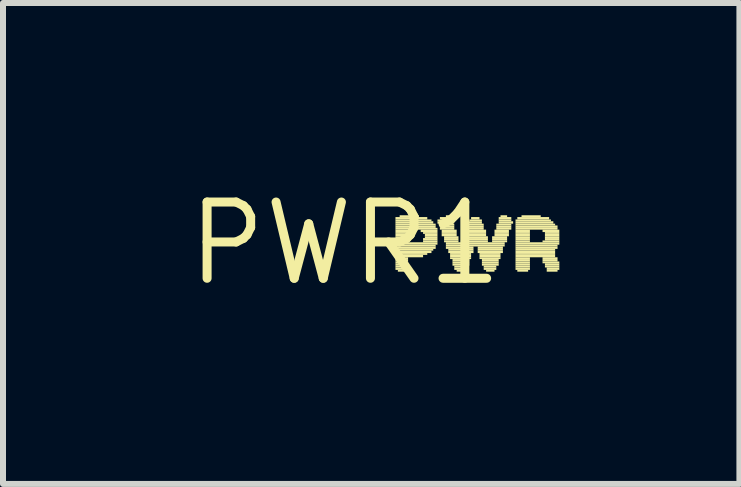
<source format=kicad_pcb>
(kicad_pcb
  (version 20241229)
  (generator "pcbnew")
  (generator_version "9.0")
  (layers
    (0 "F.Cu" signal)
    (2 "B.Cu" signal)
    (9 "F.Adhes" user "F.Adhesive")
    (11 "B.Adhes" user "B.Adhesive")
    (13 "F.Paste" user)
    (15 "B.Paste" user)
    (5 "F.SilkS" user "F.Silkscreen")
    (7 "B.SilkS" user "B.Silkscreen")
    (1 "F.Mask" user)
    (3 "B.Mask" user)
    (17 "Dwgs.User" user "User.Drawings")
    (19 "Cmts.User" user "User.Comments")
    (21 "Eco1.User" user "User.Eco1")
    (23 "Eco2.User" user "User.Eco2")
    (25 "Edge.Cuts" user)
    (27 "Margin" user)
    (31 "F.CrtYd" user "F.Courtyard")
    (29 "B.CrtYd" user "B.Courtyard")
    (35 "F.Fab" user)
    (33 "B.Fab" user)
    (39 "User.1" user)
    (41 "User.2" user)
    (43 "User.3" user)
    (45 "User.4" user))
  (footprint "PWR1"
    (layer "F.Cu")
    (at 2.698 1.006)
    (property "Reference" "PWR1" (at 0 0 0) (layer "F.SilkS") (effects (font (size 1.27 1.27) (thickness 0.15))))
    (fp_poly (pts (xy 0.84 -0.4) (xy 1.37 -0.4) (xy 1.37 -0.44) (xy 0.84 -0.44)) (stroke (width 0) (type solid)) (fill yes) (layer "F.SilkS"))
    (fp_poly (pts (xy 0.84 -0.37) (xy 1.44 -0.37) (xy 1.44 -0.4) (xy 0.84 -0.4)) (stroke (width 0) (type solid)) (fill yes) (layer "F.SilkS"))
    (fp_poly (pts (xy 0.84 -0.33) (xy 1.47 -0.33) (xy 1.47 -0.37) (xy 0.84 -0.37)) (stroke (width 0) (type solid)) (fill yes) (layer "F.SilkS"))
    (fp_poly (pts (xy 0.84 -0.3) (xy 1.51 -0.3) (xy 1.51 -0.33) (xy 0.84 -0.33)) (stroke (width 0) (type solid)) (fill yes) (layer "F.SilkS"))
    (fp_poly (pts (xy 0.84 -0.26) (xy 1.51 -0.26) (xy 1.51 -0.3) (xy 0.84 -0.3)) (stroke (width 0) (type solid)) (fill yes) (layer "F.SilkS"))
    (fp_poly (pts (xy 0.84 -0.23) (xy 1.54 -0.23) (xy 1.54 -0.26) (xy 0.84 -0.26)) (stroke (width 0) (type solid)) (fill yes) (layer "F.SilkS"))
    (fp_poly (pts (xy 0.84 -0.19) (xy 1.05 -0.19) (xy 1.05 -0.23) (xy 0.84 -0.23)) (stroke (width 0) (type solid)) (fill yes) (layer "F.SilkS"))
    (fp_poly (pts (xy 0.84 -0.16) (xy 1.05 -0.16) (xy 1.05 -0.19) (xy 0.84 -0.19)) (stroke (width 0) (type solid)) (fill yes) (layer "F.SilkS"))
    (fp_poly (pts (xy 0.84 -0.12) (xy 1.05 -0.12) (xy 1.05 -0.16) (xy 0.84 -0.16)) (stroke (width 0) (type solid)) (fill yes) (layer "F.SilkS"))
    (fp_poly (pts (xy 0.84 -0.09) (xy 1.05 -0.09) (xy 1.05 -0.12) (xy 0.84 -0.12)) (stroke (width 0) (type solid)) (fill yes) (layer "F.SilkS"))
    (fp_poly (pts (xy 0.84 -0.05) (xy 1.05 -0.05) (xy 1.05 -0.09) (xy 0.84 -0.09)) (stroke (width 0) (type solid)) (fill yes) (layer "F.SilkS"))
    (fp_poly (pts (xy 0.84 -0.02) (xy 1.05 -0.02) (xy 1.05 -0.05) (xy 0.84 -0.05)) (stroke (width 0) (type solid)) (fill yes) (layer "F.SilkS"))
    (fp_poly (pts (xy 0.84 0.02) (xy 1.54 0.02) (xy 1.54 -0.02) (xy 0.84 -0.02)) (stroke (width 0) (type solid)) (fill yes) (layer "F.SilkS"))
    (fp_poly (pts (xy 0.84 0.05) (xy 1.51 0.05) (xy 1.51 0.02) (xy 0.84 0.02)) (stroke (width 0) (type solid)) (fill yes) (layer "F.SilkS"))
    (fp_poly (pts (xy 0.84 0.09) (xy 1.51 0.09) (xy 1.51 0.05) (xy 0.84 0.05)) (stroke (width 0) (type solid)) (fill yes) (layer "F.SilkS"))
    (fp_poly (pts (xy 0.84 0.12) (xy 1.47 0.12) (xy 1.47 0.09) (xy 0.84 0.09)) (stroke (width 0) (type solid)) (fill yes) (layer "F.SilkS"))
    (fp_poly (pts (xy 0.84 0.16) (xy 1.44 0.16) (xy 1.44 0.12) (xy 0.84 0.12)) (stroke (width 0) (type solid)) (fill yes) (layer "F.SilkS"))
    (fp_poly (pts (xy 0.84 0.19) (xy 1.37 0.19) (xy 1.37 0.16) (xy 0.84 0.16)) (stroke (width 0) (type solid)) (fill yes) (layer "F.SilkS"))
    (fp_poly (pts (xy 0.84 0.23) (xy 1.3 0.23) (xy 1.3 0.19) (xy 0.84 0.19)) (stroke (width 0) (type solid)) (fill yes) (layer "F.SilkS"))
    (fp_poly (pts (xy 0.84 0.26) (xy 1.05 0.26) (xy 1.05 0.23) (xy 0.84 0.23)) (stroke (width 0) (type solid)) (fill yes) (layer "F.SilkS"))
    (fp_poly (pts (xy 0.84 0.3) (xy 1.05 0.3) (xy 1.05 0.26) (xy 0.84 0.26)) (stroke (width 0) (type solid)) (fill yes) (layer "F.SilkS"))
    (fp_poly (pts (xy 0.84 0.33) (xy 1.05 0.33) (xy 1.05 0.3) (xy 0.84 0.3)) (stroke (width 0) (type solid)) (fill yes) (layer "F.SilkS"))
    (fp_poly (pts (xy 0.84 0.37) (xy 1.05 0.37) (xy 1.05 0.33) (xy 0.84 0.33)) (stroke (width 0) (type solid)) (fill yes) (layer "F.SilkS"))
    (fp_poly (pts (xy 0.84 0.4) (xy 1.05 0.4) (xy 1.05 0.37) (xy 0.84 0.37)) (stroke (width 0) (type solid)) (fill yes) (layer "F.SilkS"))
    (fp_poly (pts (xy 0.84 0.44) (xy 1.05 0.44) (xy 1.05 0.4) (xy 0.84 0.4)) (stroke (width 0) (type solid)) (fill yes) (layer "F.SilkS"))
    (fp_poly (pts (xy 0.88 0.47) (xy 1.02 0.47) (xy 1.02 0.44) (xy 0.88 0.44)) (stroke (width 0) (type solid)) (fill yes) (layer "F.SilkS"))
    (fp_poly (pts (xy 0.91 -0.44) (xy 1.23 -0.44) (xy 1.23 -0.47) (xy 0.91 -0.47)) (stroke (width 0) (type solid)) (fill yes) (layer "F.SilkS"))
    (fp_poly (pts (xy 1.26 -0.19) (xy 1.54 -0.19) (xy 1.54 -0.23) (xy 1.26 -0.23)) (stroke (width 0) (type solid)) (fill yes) (layer "F.SilkS"))
    (fp_poly (pts (xy 1.3 -0.16) (xy 1.54 -0.16) (xy 1.54 -0.19) (xy 1.3 -0.19)) (stroke (width 0) (type solid)) (fill yes) (layer "F.SilkS"))
    (fp_poly (pts (xy 1.3 -0.05) (xy 1.54 -0.05) (xy 1.54 -0.09) (xy 1.3 -0.09)) (stroke (width 0) (type solid)) (fill yes) (layer "F.SilkS"))
    (fp_poly (pts (xy 1.3 -0.02) (xy 1.54 -0.02) (xy 1.54 -0.05) (xy 1.3 -0.05)) (stroke (width 0) (type solid)) (fill yes) (layer "F.SilkS"))
    (fp_poly (pts (xy 1.33 -0.12) (xy 1.54 -0.12) (xy 1.54 -0.16) (xy 1.33 -0.16)) (stroke (width 0) (type solid)) (fill yes) (layer "F.SilkS"))
    (fp_poly (pts (xy 1.33 -0.09) (xy 1.54 -0.09) (xy 1.54 -0.12) (xy 1.33 -0.12)) (stroke (width 0) (type solid)) (fill yes) (layer "F.SilkS"))
    (fp_poly (pts (xy 1.54 -0.37) (xy 1.79 -0.37) (xy 1.79 -0.4) (xy 1.54 -0.4)) (stroke (width 0) (type solid)) (fill yes) (layer "F.SilkS"))
    (fp_poly (pts (xy 1.54 -0.33) (xy 1.79 -0.33) (xy 1.79 -0.37) (xy 1.54 -0.37)) (stroke (width 0) (type solid)) (fill yes) (layer "F.SilkS"))
    (fp_poly (pts (xy 1.58 -0.4) (xy 1.79 -0.4) (xy 1.79 -0.44) (xy 1.58 -0.44)) (stroke (width 0) (type solid)) (fill yes) (layer "F.SilkS"))
    (fp_poly (pts (xy 1.58 -0.3) (xy 1.82 -0.3) (xy 1.82 -0.33) (xy 1.58 -0.33)) (stroke (width 0) (type solid)) (fill yes) (layer "F.SilkS"))
    (fp_poly (pts (xy 1.58 -0.26) (xy 1.82 -0.26) (xy 1.82 -0.3) (xy 1.58 -0.3)) (stroke (width 0) (type solid)) (fill yes) (layer "F.SilkS"))
    (fp_poly (pts (xy 1.58 -0.23) (xy 1.82 -0.23) (xy 1.82 -0.26) (xy 1.58 -0.26)) (stroke (width 0) (type solid)) (fill yes) (layer "F.SilkS"))
    (fp_poly (pts (xy 1.61 -0.19) (xy 1.86 -0.19) (xy 1.86 -0.23) (xy 1.61 -0.23)) (stroke (width 0) (type solid)) (fill yes) (layer "F.SilkS"))
    (fp_poly (pts (xy 1.61 -0.16) (xy 1.86 -0.16) (xy 1.86 -0.19) (xy 1.61 -0.19)) (stroke (width 0) (type solid)) (fill yes) (layer "F.SilkS"))
    (fp_poly (pts (xy 1.61 -0.12) (xy 1.86 -0.12) (xy 1.86 -0.16) (xy 1.61 -0.16)) (stroke (width 0) (type solid)) (fill yes) (layer "F.SilkS"))
    (fp_poly (pts (xy 1.65 -0.09) (xy 1.89 -0.09) (xy 1.89 -0.12) (xy 1.65 -0.12)) (stroke (width 0) (type solid)) (fill yes) (layer "F.SilkS"))
    (fp_poly (pts (xy 1.65 -0.05) (xy 1.89 -0.05) (xy 1.89 -0.09) (xy 1.65 -0.09)) (stroke (width 0) (type solid)) (fill yes) (layer "F.SilkS"))
    (fp_poly (pts (xy 1.65 -0.02) (xy 1.89 -0.02) (xy 1.89 -0.05) (xy 1.65 -0.05)) (stroke (width 0) (type solid)) (fill yes) (layer "F.SilkS"))
    (fp_poly (pts (xy 1.68 -0.44) (xy 1.75 -0.44) (xy 1.75 -0.47) (xy 1.68 -0.47)) (stroke (width 0) (type solid)) (fill yes) (layer "F.SilkS"))
    (fp_poly (pts (xy 1.68 0.02) (xy 2.66 0.02) (xy 2.66 -0.02) (xy 1.68 -0.02)) (stroke (width 0) (type solid)) (fill yes) (layer "F.SilkS"))
    (fp_poly (pts (xy 1.68 0.05) (xy 2.66 0.05) (xy 2.66 0.02) (xy 1.68 0.02)) (stroke (width 0) (type solid)) (fill yes) (layer "F.SilkS"))
    (fp_poly (pts (xy 1.68 0.09) (xy 2.14 0.09) (xy 2.14 0.05) (xy 1.68 0.05)) (stroke (width 0) (type solid)) (fill yes) (layer "F.SilkS"))
    (fp_poly (pts (xy 1.72 0.12) (xy 2.14 0.12) (xy 2.14 0.09) (xy 1.72 0.09)) (stroke (width 0) (type solid)) (fill yes) (layer "F.SilkS"))
    (fp_poly (pts (xy 1.72 0.16) (xy 2.14 0.16) (xy 2.14 0.12) (xy 1.72 0.12)) (stroke (width 0) (type solid)) (fill yes) (layer "F.SilkS"))
    (fp_poly (pts (xy 1.75 0.19) (xy 2.1 0.19) (xy 2.1 0.16) (xy 1.75 0.16)) (stroke (width 0) (type solid)) (fill yes) (layer "F.SilkS"))
    (fp_poly (pts (xy 1.75 0.23) (xy 2.1 0.23) (xy 2.1 0.19) (xy 1.75 0.19)) (stroke (width 0) (type solid)) (fill yes) (layer "F.SilkS"))
    (fp_poly (pts (xy 1.75 0.26) (xy 2.1 0.26) (xy 2.1 0.23) (xy 1.75 0.23)) (stroke (width 0) (type solid)) (fill yes) (layer "F.SilkS"))
    (fp_poly (pts (xy 1.79 0.3) (xy 2.07 0.3) (xy 2.07 0.26) (xy 1.79 0.26)) (stroke (width 0) (type solid)) (fill yes) (layer "F.SilkS"))
    (fp_poly (pts (xy 1.79 0.33) (xy 2.07 0.33) (xy 2.07 0.3) (xy 1.79 0.3)) (stroke (width 0) (type solid)) (fill yes) (layer "F.SilkS"))
    (fp_poly (pts (xy 1.79 0.37) (xy 2.07 0.37) (xy 2.07 0.33) (xy 1.79 0.33)) (stroke (width 0) (type solid)) (fill yes) (layer "F.SilkS"))
    (fp_poly (pts (xy 1.82 0.4) (xy 2.03 0.4) (xy 2.03 0.37) (xy 1.82 0.37)) (stroke (width 0) (type solid)) (fill yes) (layer "F.SilkS"))
    (fp_poly (pts (xy 1.82 0.44) (xy 2.03 0.44) (xy 2.03 0.4) (xy 1.82 0.4)) (stroke (width 0) (type solid)) (fill yes) (layer "F.SilkS"))
    (fp_poly (pts (xy 1.86 0.47) (xy 2 0.47) (xy 2 0.44) (xy 1.86 0.44)) (stroke (width 0) (type solid)) (fill yes) (layer "F.SilkS"))
    (fp_poly (pts (xy 1.93 -0.02) (xy 2.38 -0.02) (xy 2.38 -0.05) (xy 1.93 -0.05)) (stroke (width 0) (type solid)) (fill yes) (layer "F.SilkS"))
    (fp_poly (pts (xy 1.96 -0.12) (xy 2.35 -0.12) (xy 2.35 -0.16) (xy 1.96 -0.16)) (stroke (width 0) (type solid)) (fill yes) (layer "F.SilkS"))
    (fp_poly (pts (xy 1.96 -0.09) (xy 2.38 -0.09) (xy 2.38 -0.12) (xy 1.96 -0.12)) (stroke (width 0) (type solid)) (fill yes) (layer "F.SilkS"))
    (fp_poly (pts (xy 1.96 -0.05) (xy 2.38 -0.05) (xy 2.38 -0.09) (xy 1.96 -0.09)) (stroke (width 0) (type solid)) (fill yes) (layer "F.SilkS"))
    (fp_poly (pts (xy 2 -0.23) (xy 2.31 -0.23) (xy 2.31 -0.26) (xy 2 -0.26)) (stroke (width 0) (type solid)) (fill yes) (layer "F.SilkS"))
    (fp_poly (pts (xy 2 -0.19) (xy 2.35 -0.19) (xy 2.35 -0.23) (xy 2 -0.23)) (stroke (width 0) (type solid)) (fill yes) (layer "F.SilkS"))
    (fp_poly (pts (xy 2 -0.16) (xy 2.35 -0.16) (xy 2.35 -0.19) (xy 2 -0.19)) (stroke (width 0) (type solid)) (fill yes) (layer "F.SilkS"))
    (fp_poly (pts (xy 2.03 -0.33) (xy 2.28 -0.33) (xy 2.28 -0.37) (xy 2.03 -0.37)) (stroke (width 0) (type solid)) (fill yes) (layer "F.SilkS"))
    (fp_poly (pts (xy 2.03 -0.3) (xy 2.31 -0.3) (xy 2.31 -0.33) (xy 2.03 -0.33)) (stroke (width 0) (type solid)) (fill yes) (layer "F.SilkS"))
    (fp_poly (pts (xy 2.03 -0.26) (xy 2.31 -0.26) (xy 2.31 -0.3) (xy 2.03 -0.3)) (stroke (width 0) (type solid)) (fill yes) (layer "F.SilkS"))
    (fp_poly (pts (xy 2.07 -0.37) (xy 2.28 -0.37) (xy 2.28 -0.4) (xy 2.07 -0.4)) (stroke (width 0) (type solid)) (fill yes) (layer "F.SilkS"))
    (fp_poly (pts (xy 2.1 -0.4) (xy 2.24 -0.4) (xy 2.24 -0.44) (xy 2.1 -0.44)) (stroke (width 0) (type solid)) (fill yes) (layer "F.SilkS"))
    (fp_poly (pts (xy 2.21 0.09) (xy 2.63 0.09) (xy 2.63 0.05) (xy 2.21 0.05)) (stroke (width 0) (type solid)) (fill yes) (layer "F.SilkS"))
    (fp_poly (pts (xy 2.21 0.12) (xy 2.63 0.12) (xy 2.63 0.09) (xy 2.21 0.09)) (stroke (width 0) (type solid)) (fill yes) (layer "F.SilkS"))
    (fp_poly (pts (xy 2.21 0.16) (xy 2.63 0.16) (xy 2.63 0.12) (xy 2.21 0.12)) (stroke (width 0) (type solid)) (fill yes) (layer "F.SilkS"))
    (fp_poly (pts (xy 2.24 0.19) (xy 2.59 0.19) (xy 2.59 0.16) (xy 2.24 0.16)) (stroke (width 0) (type solid)) (fill yes) (layer "F.SilkS"))
    (fp_poly (pts (xy 2.24 0.23) (xy 2.59 0.23) (xy 2.59 0.19) (xy 2.24 0.19)) (stroke (width 0) (type solid)) (fill yes) (layer "F.SilkS"))
    (fp_poly (pts (xy 2.24 0.26) (xy 2.59 0.26) (xy 2.59 0.23) (xy 2.24 0.23)) (stroke (width 0) (type solid)) (fill yes) (layer "F.SilkS"))
    (fp_poly (pts (xy 2.28 0.3) (xy 2.56 0.3) (xy 2.56 0.26) (xy 2.28 0.26)) (stroke (width 0) (type solid)) (fill yes) (layer "F.SilkS"))
    (fp_poly (pts (xy 2.28 0.33) (xy 2.56 0.33) (xy 2.56 0.3) (xy 2.28 0.3)) (stroke (width 0) (type solid)) (fill yes) (layer "F.SilkS"))
    (fp_poly (pts (xy 2.28 0.37) (xy 2.56 0.37) (xy 2.56 0.33) (xy 2.28 0.33)) (stroke (width 0) (type solid)) (fill yes) (layer "F.SilkS"))
    (fp_poly (pts (xy 2.31 0.4) (xy 2.52 0.4) (xy 2.52 0.37) (xy 2.31 0.37)) (stroke (width 0) (type solid)) (fill yes) (layer "F.SilkS"))
    (fp_poly (pts (xy 2.31 0.44) (xy 2.52 0.44) (xy 2.52 0.4) (xy 2.31 0.4)) (stroke (width 0) (type solid)) (fill yes) (layer "F.SilkS"))
    (fp_poly (pts (xy 2.35 0.47) (xy 2.49 0.47) (xy 2.49 0.44) (xy 2.35 0.44)) (stroke (width 0) (type solid)) (fill yes) (layer "F.SilkS"))
    (fp_poly (pts (xy 2.45 -0.09) (xy 2.7 -0.09) (xy 2.7 -0.12) (xy 2.45 -0.12)) (stroke (width 0) (type solid)) (fill yes) (layer "F.SilkS"))
    (fp_poly (pts (xy 2.45 -0.05) (xy 2.7 -0.05) (xy 2.7 -0.09) (xy 2.45 -0.09)) (stroke (width 0) (type solid)) (fill yes) (layer "F.SilkS"))
    (fp_poly (pts (xy 2.45 -0.02) (xy 2.7 -0.02) (xy 2.7 -0.05) (xy 2.45 -0.05)) (stroke (width 0) (type solid)) (fill yes) (layer "F.SilkS"))
    (fp_poly (pts (xy 2.49 -0.19) (xy 2.73 -0.19) (xy 2.73 -0.23) (xy 2.49 -0.23)) (stroke (width 0) (type solid)) (fill yes) (layer "F.SilkS"))
    (fp_poly (pts (xy 2.49 -0.16) (xy 2.73 -0.16) (xy 2.73 -0.19) (xy 2.49 -0.19)) (stroke (width 0) (type solid)) (fill yes) (layer "F.SilkS"))
    (fp_poly (pts (xy 2.49 -0.12) (xy 2.73 -0.12) (xy 2.73 -0.16) (xy 2.49 -0.16)) (stroke (width 0) (type solid)) (fill yes) (layer "F.SilkS"))
    (fp_poly (pts (xy 2.52 -0.3) (xy 2.77 -0.3) (xy 2.77 -0.33) (xy 2.52 -0.33)) (stroke (width 0) (type solid)) (fill yes) (layer "F.SilkS"))
    (fp_poly (pts (xy 2.52 -0.26) (xy 2.77 -0.26) (xy 2.77 -0.3) (xy 2.52 -0.3)) (stroke (width 0) (type solid)) (fill yes) (layer "F.SilkS"))
    (fp_poly (pts (xy 2.52 -0.23) (xy 2.77 -0.23) (xy 2.77 -0.26) (xy 2.52 -0.26)) (stroke (width 0) (type solid)) (fill yes) (layer "F.SilkS"))
    (fp_poly (pts (xy 2.56 -0.4) (xy 2.77 -0.4) (xy 2.77 -0.44) (xy 2.56 -0.44)) (stroke (width 0) (type solid)) (fill yes) (layer "F.SilkS"))
    (fp_poly (pts (xy 2.56 -0.37) (xy 2.77 -0.37) (xy 2.77 -0.4) (xy 2.56 -0.4)) (stroke (width 0) (type solid)) (fill yes) (layer "F.SilkS"))
    (fp_poly (pts (xy 2.56 -0.33) (xy 2.8 -0.33) (xy 2.8 -0.37) (xy 2.56 -0.37)) (stroke (width 0) (type solid)) (fill yes) (layer "F.SilkS"))
    (fp_poly (pts (xy 2.59 -0.44) (xy 2.7 -0.44) (xy 2.7 -0.47) (xy 2.59 -0.47)) (stroke (width 0) (type solid)) (fill yes) (layer "F.SilkS"))
    (fp_poly (pts (xy 2.84 -0.37) (xy 3.43 -0.37) (xy 3.43 -0.4) (xy 2.84 -0.4)) (stroke (width 0) (type solid)) (fill yes) (layer "F.SilkS"))
    (fp_poly (pts (xy 2.84 -0.33) (xy 3.47 -0.33) (xy 3.47 -0.37) (xy 2.84 -0.37)) (stroke (width 0) (type solid)) (fill yes) (layer "F.SilkS"))
    (fp_poly (pts (xy 2.84 -0.3) (xy 3.5 -0.3) (xy 3.5 -0.33) (xy 2.84 -0.33)) (stroke (width 0) (type solid)) (fill yes) (layer "F.SilkS"))
    (fp_poly (pts (xy 2.84 -0.26) (xy 3.54 -0.26) (xy 3.54 -0.3) (xy 2.84 -0.3)) (stroke (width 0) (type solid)) (fill yes) (layer "F.SilkS"))
    (fp_poly (pts (xy 2.84 -0.23) (xy 3.54 -0.23) (xy 3.54 -0.26) (xy 2.84 -0.26)) (stroke (width 0) (type solid)) (fill yes) (layer "F.SilkS"))
    (fp_poly (pts (xy 2.84 -0.19) (xy 3.08 -0.19) (xy 3.08 -0.23) (xy 2.84 -0.23)) (stroke (width 0) (type solid)) (fill yes) (layer "F.SilkS"))
    (fp_poly (pts (xy 2.84 -0.16) (xy 3.08 -0.16) (xy 3.08 -0.19) (xy 2.84 -0.19)) (stroke (width 0) (type solid)) (fill yes) (layer "F.SilkS"))
    (fp_poly (pts (xy 2.84 -0.12) (xy 3.08 -0.12) (xy 3.08 -0.16) (xy 2.84 -0.16)) (stroke (width 0) (type solid)) (fill yes) (layer "F.SilkS"))
    (fp_poly (pts (xy 2.84 -0.09) (xy 3.08 -0.09) (xy 3.08 -0.12) (xy 2.84 -0.12)) (stroke (width 0) (type solid)) (fill yes) (layer "F.SilkS"))
    (fp_poly (pts (xy 2.84 -0.05) (xy 3.08 -0.05) (xy 3.08 -0.09) (xy 2.84 -0.09)) (stroke (width 0) (type solid)) (fill yes) (layer "F.SilkS"))
    (fp_poly (pts (xy 2.84 -0.02) (xy 3.08 -0.02) (xy 3.08 -0.05) (xy 2.84 -0.05)) (stroke (width 0) (type solid)) (fill yes) (layer "F.SilkS"))
    (fp_poly (pts (xy 2.84 0.02) (xy 3.57 0.02) (xy 3.57 -0.02) (xy 2.84 -0.02)) (stroke (width 0) (type solid)) (fill yes) (layer "F.SilkS"))
    (fp_poly (pts (xy 2.84 0.05) (xy 3.54 0.05) (xy 3.54 0.02) (xy 2.84 0.02)) (stroke (width 0) (type solid)) (fill yes) (layer "F.SilkS"))
    (fp_poly (pts (xy 2.84 0.09) (xy 3.54 0.09) (xy 3.54 0.05) (xy 2.84 0.05)) (stroke (width 0) (type solid)) (fill yes) (layer "F.SilkS"))
    (fp_poly (pts (xy 2.84 0.12) (xy 3.5 0.12) (xy 3.5 0.09) (xy 2.84 0.09)) (stroke (width 0) (type solid)) (fill yes) (layer "F.SilkS"))
    (fp_poly (pts (xy 2.84 0.16) (xy 3.5 0.16) (xy 3.5 0.12) (xy 2.84 0.12)) (stroke (width 0) (type solid)) (fill yes) (layer "F.SilkS"))
    (fp_poly (pts (xy 2.84 0.19) (xy 3.5 0.19) (xy 3.5 0.16) (xy 2.84 0.16)) (stroke (width 0) (type solid)) (fill yes) (layer "F.SilkS"))
    (fp_poly (pts (xy 2.84 0.23) (xy 3.5 0.23) (xy 3.5 0.19) (xy 2.84 0.19)) (stroke (width 0) (type solid)) (fill yes) (layer "F.SilkS"))
    (fp_poly (pts (xy 2.84 0.26) (xy 3.08 0.26) (xy 3.08 0.23) (xy 2.84 0.23)) (stroke (width 0) (type solid)) (fill yes) (layer "F.SilkS"))
    (fp_poly (pts (xy 2.84 0.3) (xy 3.08 0.3) (xy 3.08 0.26) (xy 2.84 0.26)) (stroke (width 0) (type solid)) (fill yes) (layer "F.SilkS"))
    (fp_poly (pts (xy 2.84 0.33) (xy 3.08 0.33) (xy 3.08 0.3) (xy 2.84 0.3)) (stroke (width 0) (type solid)) (fill yes) (layer "F.SilkS"))
    (fp_poly (pts (xy 2.84 0.37) (xy 3.08 0.37) (xy 3.08 0.33) (xy 2.84 0.33)) (stroke (width 0) (type solid)) (fill yes) (layer "F.SilkS"))
    (fp_poly (pts (xy 2.84 0.4) (xy 3.08 0.4) (xy 3.08 0.37) (xy 2.84 0.37)) (stroke (width 0) (type solid)) (fill yes) (layer "F.SilkS"))
    (fp_poly (pts (xy 2.84 0.44) (xy 3.08 0.44) (xy 3.08 0.4) (xy 2.84 0.4)) (stroke (width 0) (type solid)) (fill yes) (layer "F.SilkS"))
    (fp_poly (pts (xy 2.87 -0.4) (xy 3.4 -0.4) (xy 3.4 -0.44) (xy 2.87 -0.44)) (stroke (width 0) (type solid)) (fill yes) (layer "F.SilkS"))
    (fp_poly (pts (xy 2.87 0.47) (xy 3.05 0.47) (xy 3.05 0.44) (xy 2.87 0.44)) (stroke (width 0) (type solid)) (fill yes) (layer "F.SilkS"))
    (fp_poly (pts (xy 2.94 -0.44) (xy 3.26 -0.44) (xy 3.26 -0.47) (xy 2.94 -0.47)) (stroke (width 0) (type solid)) (fill yes) (layer "F.SilkS"))
    (fp_poly (pts (xy 3.29 -0.19) (xy 3.57 -0.19) (xy 3.57 -0.23) (xy 3.29 -0.23)) (stroke (width 0) (type solid)) (fill yes) (layer "F.SilkS"))
    (fp_poly (pts (xy 3.29 -0.02) (xy 3.57 -0.02) (xy 3.57 -0.05) (xy 3.29 -0.05)) (stroke (width 0) (type solid)) (fill yes) (layer "F.SilkS"))
    (fp_poly (pts (xy 3.29 0.26) (xy 3.54 0.26) (xy 3.54 0.23) (xy 3.29 0.23)) (stroke (width 0) (type solid)) (fill yes) (layer "F.SilkS"))
    (fp_poly (pts (xy 3.29 0.3) (xy 3.54 0.3) (xy 3.54 0.26) (xy 3.29 0.26)) (stroke (width 0) (type solid)) (fill yes) (layer "F.SilkS"))
    (fp_poly (pts (xy 3.29 0.33) (xy 3.57 0.33) (xy 3.57 0.3) (xy 3.29 0.3)) (stroke (width 0) (type solid)) (fill yes) (layer "F.SilkS"))
    (fp_poly (pts (xy 3.33 -0.16) (xy 3.57 -0.16) (xy 3.57 -0.19) (xy 3.33 -0.19)) (stroke (width 0) (type solid)) (fill yes) (layer "F.SilkS"))
    (fp_poly (pts (xy 3.33 -0.12) (xy 3.57 -0.12) (xy 3.57 -0.16) (xy 3.33 -0.16)) (stroke (width 0) (type solid)) (fill yes) (layer "F.SilkS"))
    (fp_poly (pts (xy 3.33 -0.09) (xy 3.57 -0.09) (xy 3.57 -0.12) (xy 3.33 -0.12)) (stroke (width 0) (type solid)) (fill yes) (layer "F.SilkS"))
    (fp_poly (pts (xy 3.33 -0.05) (xy 3.57 -0.05) (xy 3.57 -0.09) (xy 3.33 -0.09)) (stroke (width 0) (type solid)) (fill yes) (layer "F.SilkS"))
    (fp_poly (pts (xy 3.33 0.37) (xy 3.57 0.37) (xy 3.57 0.33) (xy 3.33 0.33)) (stroke (width 0) (type solid)) (fill yes) (layer "F.SilkS"))
    (fp_poly (pts (xy 3.33 0.4) (xy 3.57 0.4) (xy 3.57 0.37) (xy 3.33 0.37)) (stroke (width 0) (type solid)) (fill yes) (layer "F.SilkS"))
    (fp_poly (pts (xy 3.36 0.44) (xy 3.57 0.44) (xy 3.57 0.4) (xy 3.36 0.4)) (stroke (width 0) (type solid)) (fill yes) (layer "F.SilkS"))
    (fp_poly (pts (xy 3.36 0.47) (xy 3.54 0.47) (xy 3.54 0.44) (xy 3.36 0.44)) (stroke (width 0) (type solid)) (fill yes) (layer "F.SilkS")))
  (gr_rect
    (start -3 -3)
    (end 9.268 5.012)
    (stroke (width 0.1) (type default))
    (fill no)
    (layer "Edge.Cuts")))
</source>
